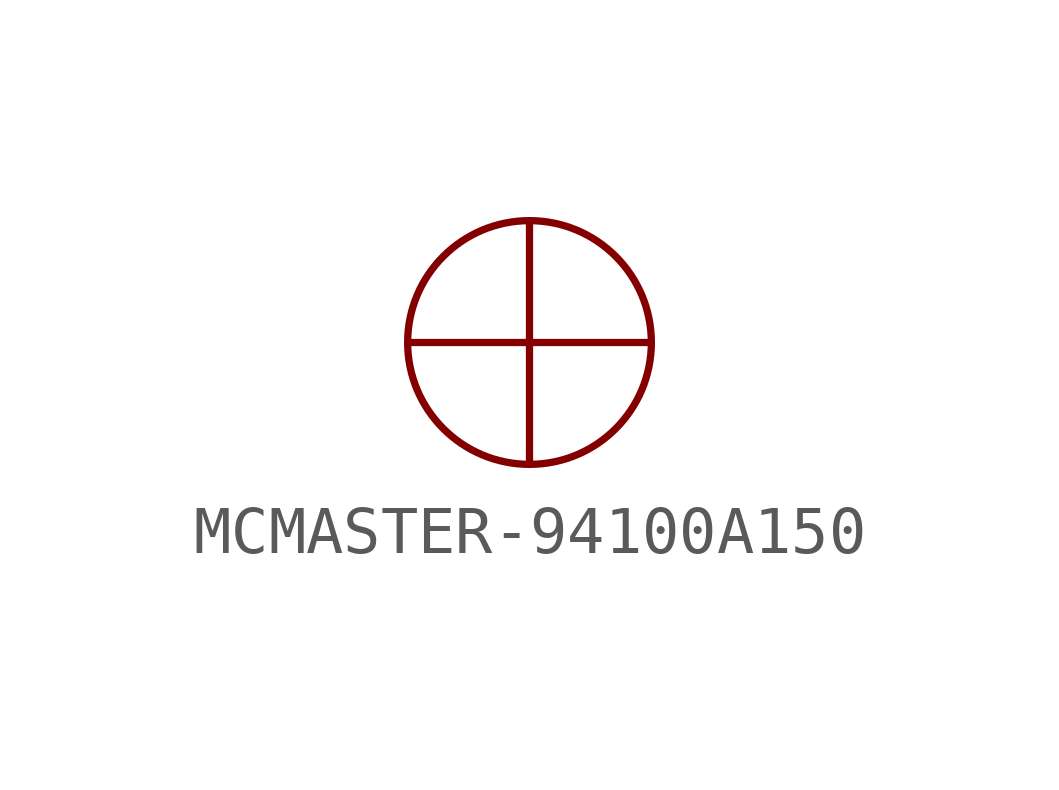
<source format=kicad_sym>
(kicad_symbol_lib
  (version 20211014)
  (generator kicad_symbol_editor)
  (symbol "MCMASTER-94100A150"
    (property "Reference" ""
      (at 0 0 0)
      (effects (font (size 1.27 1.27)) hide))
    (property "ki_locked" ""
      (at 0 0 0)
      (effects (font (size 1.27 1.27))))
    (symbol "MCMASTER-94100A150_1_0"
      (polyline (pts (xy 0 -2.54) (xy 0 0)) (stroke (width 0.152) (type default) (color 0 0 0 0)) (fill (type none)))
      (polyline (pts (xy 0 0) (xy -2.54 0)) (stroke (width 0.152) (type default) (color 0 0 0 0)) (fill (type none)))
      (polyline (pts (xy 0 0) (xy 2.54 0)) (stroke (width 0.152) (type default) (color 0 0 0 0)) (fill (type none)))
      (polyline (pts (xy 0 2.54) (xy 0 0)) (stroke (width 0.152) (type default) (color 0 0 0 0)) (fill (type none)))
      (circle (center 0 0) (radius 2.54) (stroke (width 0.152) (type default) (color 0 0 0 0)) (fill (type none))))))
</source>
